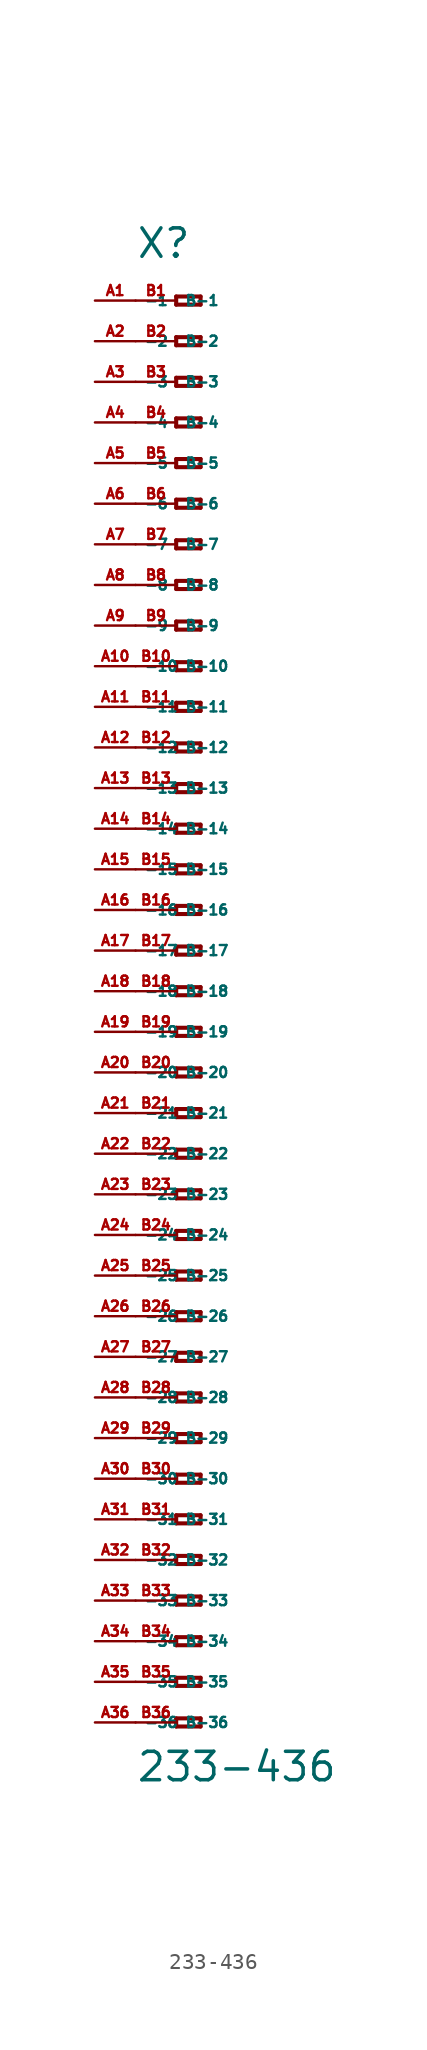
<source format=kicad_sym>
(kicad_symbol_lib
  (version 20220914)
  (generator Eagle2Kicad)
  (symbol "233-436"
    (property "Reference" "X"
      (at -5.08 45.72 0)
      (effects (font (size 1.778 1.778) (thickness 0.22)) (justify left bottom)))
    (property "Value" "233-436"
      (at -5.08 -49.53 0)
      (effects (font (size 1.778 1.778) (thickness 0.22)) (justify left bottom)))
    (polyline
      (pts (xy -2.54 43.434) (xy -2.54 42.926))
      (stroke (width 0.254) (type default))
      (fill (type none)))
    (polyline
      (pts (xy -2.54 42.926) (xy -1.016 42.926))
      (stroke (width 0.254) (type default))
      (fill (type none)))
    (polyline
      (pts (xy -1.016 42.926) (xy -1.016 43.434))
      (stroke (width 0.254) (type default))
      (fill (type none)))
    (polyline
      (pts (xy -1.016 43.434) (xy -2.54 43.434))
      (stroke (width 0.254) (type default))
      (fill (type none)))
    (polyline
      (pts (xy -2.54 40.894) (xy -2.54 40.386))
      (stroke (width 0.254) (type default))
      (fill (type none)))
    (polyline
      (pts (xy -2.54 40.386) (xy -1.016 40.386))
      (stroke (width 0.254) (type default))
      (fill (type none)))
    (polyline
      (pts (xy -1.016 40.386) (xy -1.016 40.894))
      (stroke (width 0.254) (type default))
      (fill (type none)))
    (polyline
      (pts (xy -1.016 40.894) (xy -2.54 40.894))
      (stroke (width 0.254) (type default))
      (fill (type none)))
    (polyline
      (pts (xy -2.54 38.354) (xy -2.54 37.846))
      (stroke (width 0.254) (type default))
      (fill (type none)))
    (polyline
      (pts (xy -2.54 37.846) (xy -1.016 37.846))
      (stroke (width 0.254) (type default))
      (fill (type none)))
    (polyline
      (pts (xy -1.016 37.846) (xy -1.016 38.354))
      (stroke (width 0.254) (type default))
      (fill (type none)))
    (polyline
      (pts (xy -1.016 38.354) (xy -2.54 38.354))
      (stroke (width 0.254) (type default))
      (fill (type none)))
    (polyline
      (pts (xy -2.54 35.814) (xy -2.54 35.306))
      (stroke (width 0.254) (type default))
      (fill (type none)))
    (polyline
      (pts (xy -2.54 35.306) (xy -1.016 35.306))
      (stroke (width 0.254) (type default))
      (fill (type none)))
    (polyline
      (pts (xy -1.016 35.306) (xy -1.016 35.814))
      (stroke (width 0.254) (type default))
      (fill (type none)))
    (polyline
      (pts (xy -1.016 35.814) (xy -2.54 35.814))
      (stroke (width 0.254) (type default))
      (fill (type none)))
    (polyline
      (pts (xy -2.54 33.274) (xy -2.54 32.766))
      (stroke (width 0.254) (type default))
      (fill (type none)))
    (polyline
      (pts (xy -2.54 32.766) (xy -1.016 32.766))
      (stroke (width 0.254) (type default))
      (fill (type none)))
    (polyline
      (pts (xy -1.016 32.766) (xy -1.016 33.274))
      (stroke (width 0.254) (type default))
      (fill (type none)))
    (polyline
      (pts (xy -1.016 33.274) (xy -2.54 33.274))
      (stroke (width 0.254) (type default))
      (fill (type none)))
    (polyline
      (pts (xy -2.54 30.734) (xy -2.54 30.226))
      (stroke (width 0.254) (type default))
      (fill (type none)))
    (polyline
      (pts (xy -2.54 30.226) (xy -1.016 30.226))
      (stroke (width 0.254) (type default))
      (fill (type none)))
    (polyline
      (pts (xy -1.016 30.226) (xy -1.016 30.734))
      (stroke (width 0.254) (type default))
      (fill (type none)))
    (polyline
      (pts (xy -1.016 30.734) (xy -2.54 30.734))
      (stroke (width 0.254) (type default))
      (fill (type none)))
    (polyline
      (pts (xy -2.54 28.194) (xy -2.54 27.686))
      (stroke (width 0.254) (type default))
      (fill (type none)))
    (polyline
      (pts (xy -2.54 27.686) (xy -1.016 27.686))
      (stroke (width 0.254) (type default))
      (fill (type none)))
    (polyline
      (pts (xy -1.016 27.686) (xy -1.016 28.194))
      (stroke (width 0.254) (type default))
      (fill (type none)))
    (polyline
      (pts (xy -1.016 28.194) (xy -2.54 28.194))
      (stroke (width 0.254) (type default))
      (fill (type none)))
    (polyline
      (pts (xy -2.54 25.654) (xy -2.54 25.146))
      (stroke (width 0.254) (type default))
      (fill (type none)))
    (polyline
      (pts (xy -2.54 25.146) (xy -1.016 25.146))
      (stroke (width 0.254) (type default))
      (fill (type none)))
    (polyline
      (pts (xy -1.016 25.146) (xy -1.016 25.654))
      (stroke (width 0.254) (type default))
      (fill (type none)))
    (polyline
      (pts (xy -1.016 25.654) (xy -2.54 25.654))
      (stroke (width 0.254) (type default))
      (fill (type none)))
    (polyline
      (pts (xy -2.54 23.114) (xy -2.54 22.606))
      (stroke (width 0.254) (type default))
      (fill (type none)))
    (polyline
      (pts (xy -2.54 22.606) (xy -1.016 22.606))
      (stroke (width 0.254) (type default))
      (fill (type none)))
    (polyline
      (pts (xy -1.016 22.606) (xy -1.016 23.114))
      (stroke (width 0.254) (type default))
      (fill (type none)))
    (polyline
      (pts (xy -1.016 23.114) (xy -2.54 23.114))
      (stroke (width 0.254) (type default))
      (fill (type none)))
    (polyline
      (pts (xy -2.54 20.574) (xy -2.54 20.066))
      (stroke (width 0.254) (type default))
      (fill (type none)))
    (polyline
      (pts (xy -2.54 20.066) (xy -1.016 20.066))
      (stroke (width 0.254) (type default))
      (fill (type none)))
    (polyline
      (pts (xy -1.016 20.066) (xy -1.016 20.574))
      (stroke (width 0.254) (type default))
      (fill (type none)))
    (polyline
      (pts (xy -1.016 20.574) (xy -2.54 20.574))
      (stroke (width 0.254) (type default))
      (fill (type none)))
    (polyline
      (pts (xy -2.54 18.034) (xy -2.54 17.526))
      (stroke (width 0.254) (type default))
      (fill (type none)))
    (polyline
      (pts (xy -2.54 17.526) (xy -1.016 17.526))
      (stroke (width 0.254) (type default))
      (fill (type none)))
    (polyline
      (pts (xy -1.016 17.526) (xy -1.016 18.034))
      (stroke (width 0.254) (type default))
      (fill (type none)))
    (polyline
      (pts (xy -1.016 18.034) (xy -2.54 18.034))
      (stroke (width 0.254) (type default))
      (fill (type none)))
    (polyline
      (pts (xy -2.54 15.494) (xy -2.54 14.986))
      (stroke (width 0.254) (type default))
      (fill (type none)))
    (polyline
      (pts (xy -2.54 14.986) (xy -1.016 14.986))
      (stroke (width 0.254) (type default))
      (fill (type none)))
    (polyline
      (pts (xy -1.016 14.986) (xy -1.016 15.494))
      (stroke (width 0.254) (type default))
      (fill (type none)))
    (polyline
      (pts (xy -1.016 15.494) (xy -2.54 15.494))
      (stroke (width 0.254) (type default))
      (fill (type none)))
    (polyline
      (pts (xy -2.54 12.954) (xy -2.54 12.446))
      (stroke (width 0.254) (type default))
      (fill (type none)))
    (polyline
      (pts (xy -2.54 12.446) (xy -1.016 12.446))
      (stroke (width 0.254) (type default))
      (fill (type none)))
    (polyline
      (pts (xy -1.016 12.446) (xy -1.016 12.954))
      (stroke (width 0.254) (type default))
      (fill (type none)))
    (polyline
      (pts (xy -1.016 12.954) (xy -2.54 12.954))
      (stroke (width 0.254) (type default))
      (fill (type none)))
    (polyline
      (pts (xy -2.54 10.414) (xy -2.54 9.906))
      (stroke (width 0.254) (type default))
      (fill (type none)))
    (polyline
      (pts (xy -2.54 9.906) (xy -1.016 9.906))
      (stroke (width 0.254) (type default))
      (fill (type none)))
    (polyline
      (pts (xy -1.016 9.906) (xy -1.016 10.414))
      (stroke (width 0.254) (type default))
      (fill (type none)))
    (polyline
      (pts (xy -1.016 10.414) (xy -2.54 10.414))
      (stroke (width 0.254) (type default))
      (fill (type none)))
    (polyline
      (pts (xy -2.54 7.874) (xy -2.54 7.366))
      (stroke (width 0.254) (type default))
      (fill (type none)))
    (polyline
      (pts (xy -2.54 7.366) (xy -1.016 7.366))
      (stroke (width 0.254) (type default))
      (fill (type none)))
    (polyline
      (pts (xy -1.016 7.366) (xy -1.016 7.874))
      (stroke (width 0.254) (type default))
      (fill (type none)))
    (polyline
      (pts (xy -1.016 7.874) (xy -2.54 7.874))
      (stroke (width 0.254) (type default))
      (fill (type none)))
    (polyline
      (pts (xy -2.54 5.334) (xy -2.54 4.826))
      (stroke (width 0.254) (type default))
      (fill (type none)))
    (polyline
      (pts (xy -2.54 4.826) (xy -1.016 4.826))
      (stroke (width 0.254) (type default))
      (fill (type none)))
    (polyline
      (pts (xy -1.016 4.826) (xy -1.016 5.334))
      (stroke (width 0.254) (type default))
      (fill (type none)))
    (polyline
      (pts (xy -1.016 5.334) (xy -2.54 5.334))
      (stroke (width 0.254) (type default))
      (fill (type none)))
    (polyline
      (pts (xy -2.54 2.794) (xy -2.54 2.286))
      (stroke (width 0.254) (type default))
      (fill (type none)))
    (polyline
      (pts (xy -2.54 2.286) (xy -1.016 2.286))
      (stroke (width 0.254) (type default))
      (fill (type none)))
    (polyline
      (pts (xy -1.016 2.286) (xy -1.016 2.794))
      (stroke (width 0.254) (type default))
      (fill (type none)))
    (polyline
      (pts (xy -1.016 2.794) (xy -2.54 2.794))
      (stroke (width 0.254) (type default))
      (fill (type none)))
    (polyline
      (pts (xy -2.54 0.254) (xy -2.54 -0.254))
      (stroke (width 0.254) (type default))
      (fill (type none)))
    (polyline
      (pts (xy -2.54 -0.254) (xy -1.016 -0.254))
      (stroke (width 0.254) (type default))
      (fill (type none)))
    (polyline
      (pts (xy -1.016 -0.254) (xy -1.016 0.254))
      (stroke (width 0.254) (type default))
      (fill (type none)))
    (polyline
      (pts (xy -1.016 0.254) (xy -2.54 0.254))
      (stroke (width 0.254) (type default))
      (fill (type none)))
    (polyline
      (pts (xy -2.54 -2.286) (xy -2.54 -2.794))
      (stroke (width 0.254) (type default))
      (fill (type none)))
    (polyline
      (pts (xy -2.54 -2.794) (xy -1.016 -2.794))
      (stroke (width 0.254) (type default))
      (fill (type none)))
    (polyline
      (pts (xy -1.016 -2.794) (xy -1.016 -2.286))
      (stroke (width 0.254) (type default))
      (fill (type none)))
    (polyline
      (pts (xy -1.016 -2.286) (xy -2.54 -2.286))
      (stroke (width 0.254) (type default))
      (fill (type none)))
    (polyline
      (pts (xy -2.54 -4.826) (xy -2.54 -5.334))
      (stroke (width 0.254) (type default))
      (fill (type none)))
    (polyline
      (pts (xy -2.54 -5.334) (xy -1.016 -5.334))
      (stroke (width 0.254) (type default))
      (fill (type none)))
    (polyline
      (pts (xy -1.016 -5.334) (xy -1.016 -4.826))
      (stroke (width 0.254) (type default))
      (fill (type none)))
    (polyline
      (pts (xy -1.016 -4.826) (xy -2.54 -4.826))
      (stroke (width 0.254) (type default))
      (fill (type none)))
    (polyline
      (pts (xy -2.54 -7.366) (xy -2.54 -7.874))
      (stroke (width 0.254) (type default))
      (fill (type none)))
    (polyline
      (pts (xy -2.54 -7.874) (xy -1.016 -7.874))
      (stroke (width 0.254) (type default))
      (fill (type none)))
    (polyline
      (pts (xy -1.016 -7.874) (xy -1.016 -7.366))
      (stroke (width 0.254) (type default))
      (fill (type none)))
    (polyline
      (pts (xy -1.016 -7.366) (xy -2.54 -7.366))
      (stroke (width 0.254) (type default))
      (fill (type none)))
    (polyline
      (pts (xy -2.54 -9.906) (xy -2.54 -10.414))
      (stroke (width 0.254) (type default))
      (fill (type none)))
    (polyline
      (pts (xy -2.54 -10.414) (xy -1.016 -10.414))
      (stroke (width 0.254) (type default))
      (fill (type none)))
    (polyline
      (pts (xy -1.016 -10.414) (xy -1.016 -9.906))
      (stroke (width 0.254) (type default))
      (fill (type none)))
    (polyline
      (pts (xy -1.016 -9.906) (xy -2.54 -9.906))
      (stroke (width 0.254) (type default))
      (fill (type none)))
    (polyline
      (pts (xy -2.54 -12.446) (xy -2.54 -12.954))
      (stroke (width 0.254) (type default))
      (fill (type none)))
    (polyline
      (pts (xy -2.54 -12.954) (xy -1.016 -12.954))
      (stroke (width 0.254) (type default))
      (fill (type none)))
    (polyline
      (pts (xy -1.016 -12.954) (xy -1.016 -12.446))
      (stroke (width 0.254) (type default))
      (fill (type none)))
    (polyline
      (pts (xy -1.016 -12.446) (xy -2.54 -12.446))
      (stroke (width 0.254) (type default))
      (fill (type none)))
    (polyline
      (pts (xy -2.54 -14.986) (xy -2.54 -15.494))
      (stroke (width 0.254) (type default))
      (fill (type none)))
    (polyline
      (pts (xy -2.54 -15.494) (xy -1.016 -15.494))
      (stroke (width 0.254) (type default))
      (fill (type none)))
    (polyline
      (pts (xy -1.016 -15.494) (xy -1.016 -14.986))
      (stroke (width 0.254) (type default))
      (fill (type none)))
    (polyline
      (pts (xy -1.016 -14.986) (xy -2.54 -14.986))
      (stroke (width 0.254) (type default))
      (fill (type none)))
    (polyline
      (pts (xy -2.54 -17.526) (xy -2.54 -18.034))
      (stroke (width 0.254) (type default))
      (fill (type none)))
    (polyline
      (pts (xy -2.54 -18.034) (xy -1.016 -18.034))
      (stroke (width 0.254) (type default))
      (fill (type none)))
    (polyline
      (pts (xy -1.016 -18.034) (xy -1.016 -17.526))
      (stroke (width 0.254) (type default))
      (fill (type none)))
    (polyline
      (pts (xy -1.016 -17.526) (xy -2.54 -17.526))
      (stroke (width 0.254) (type default))
      (fill (type none)))
    (polyline
      (pts (xy -2.54 -20.066) (xy -2.54 -20.574))
      (stroke (width 0.254) (type default))
      (fill (type none)))
    (polyline
      (pts (xy -2.54 -20.574) (xy -1.016 -20.574))
      (stroke (width 0.254) (type default))
      (fill (type none)))
    (polyline
      (pts (xy -1.016 -20.574) (xy -1.016 -20.066))
      (stroke (width 0.254) (type default))
      (fill (type none)))
    (polyline
      (pts (xy -1.016 -20.066) (xy -2.54 -20.066))
      (stroke (width 0.254) (type default))
      (fill (type none)))
    (polyline
      (pts (xy -2.54 -22.606) (xy -2.54 -23.114))
      (stroke (width 0.254) (type default))
      (fill (type none)))
    (polyline
      (pts (xy -2.54 -23.114) (xy -1.016 -23.114))
      (stroke (width 0.254) (type default))
      (fill (type none)))
    (polyline
      (pts (xy -1.016 -23.114) (xy -1.016 -22.606))
      (stroke (width 0.254) (type default))
      (fill (type none)))
    (polyline
      (pts (xy -1.016 -22.606) (xy -2.54 -22.606))
      (stroke (width 0.254) (type default))
      (fill (type none)))
    (polyline
      (pts (xy -2.54 -25.146) (xy -2.54 -25.654))
      (stroke (width 0.254) (type default))
      (fill (type none)))
    (polyline
      (pts (xy -2.54 -25.654) (xy -1.016 -25.654))
      (stroke (width 0.254) (type default))
      (fill (type none)))
    (polyline
      (pts (xy -1.016 -25.654) (xy -1.016 -25.146))
      (stroke (width 0.254) (type default))
      (fill (type none)))
    (polyline
      (pts (xy -1.016 -25.146) (xy -2.54 -25.146))
      (stroke (width 0.254) (type default))
      (fill (type none)))
    (polyline
      (pts (xy -2.54 -27.686) (xy -2.54 -28.194))
      (stroke (width 0.254) (type default))
      (fill (type none)))
    (polyline
      (pts (xy -2.54 -28.194) (xy -1.016 -28.194))
      (stroke (width 0.254) (type default))
      (fill (type none)))
    (polyline
      (pts (xy -1.016 -28.194) (xy -1.016 -27.686))
      (stroke (width 0.254) (type default))
      (fill (type none)))
    (polyline
      (pts (xy -1.016 -27.686) (xy -2.54 -27.686))
      (stroke (width 0.254) (type default))
      (fill (type none)))
    (polyline
      (pts (xy -2.54 -30.226) (xy -2.54 -30.734))
      (stroke (width 0.254) (type default))
      (fill (type none)))
    (polyline
      (pts (xy -2.54 -30.734) (xy -1.016 -30.734))
      (stroke (width 0.254) (type default))
      (fill (type none)))
    (polyline
      (pts (xy -1.016 -30.734) (xy -1.016 -30.226))
      (stroke (width 0.254) (type default))
      (fill (type none)))
    (polyline
      (pts (xy -1.016 -30.226) (xy -2.54 -30.226))
      (stroke (width 0.254) (type default))
      (fill (type none)))
    (polyline
      (pts (xy -2.54 -32.766) (xy -2.54 -33.274))
      (stroke (width 0.254) (type default))
      (fill (type none)))
    (polyline
      (pts (xy -2.54 -33.274) (xy -1.016 -33.274))
      (stroke (width 0.254) (type default))
      (fill (type none)))
    (polyline
      (pts (xy -1.016 -33.274) (xy -1.016 -32.766))
      (stroke (width 0.254) (type default))
      (fill (type none)))
    (polyline
      (pts (xy -1.016 -32.766) (xy -2.54 -32.766))
      (stroke (width 0.254) (type default))
      (fill (type none)))
    (polyline
      (pts (xy -2.54 -35.306) (xy -2.54 -35.814))
      (stroke (width 0.254) (type default))
      (fill (type none)))
    (polyline
      (pts (xy -2.54 -35.814) (xy -1.016 -35.814))
      (stroke (width 0.254) (type default))
      (fill (type none)))
    (polyline
      (pts (xy -1.016 -35.814) (xy -1.016 -35.306))
      (stroke (width 0.254) (type default))
      (fill (type none)))
    (polyline
      (pts (xy -1.016 -35.306) (xy -2.54 -35.306))
      (stroke (width 0.254) (type default))
      (fill (type none)))
    (polyline
      (pts (xy -2.54 -37.846) (xy -2.54 -38.354))
      (stroke (width 0.254) (type default))
      (fill (type none)))
    (polyline
      (pts (xy -2.54 -38.354) (xy -1.016 -38.354))
      (stroke (width 0.254) (type default))
      (fill (type none)))
    (polyline
      (pts (xy -1.016 -38.354) (xy -1.016 -37.846))
      (stroke (width 0.254) (type default))
      (fill (type none)))
    (polyline
      (pts (xy -1.016 -37.846) (xy -2.54 -37.846))
      (stroke (width 0.254) (type default))
      (fill (type none)))
    (polyline
      (pts (xy -2.54 -40.386) (xy -2.54 -40.894))
      (stroke (width 0.254) (type default))
      (fill (type none)))
    (polyline
      (pts (xy -2.54 -40.894) (xy -1.016 -40.894))
      (stroke (width 0.254) (type default))
      (fill (type none)))
    (polyline
      (pts (xy -1.016 -40.894) (xy -1.016 -40.386))
      (stroke (width 0.254) (type default))
      (fill (type none)))
    (polyline
      (pts (xy -1.016 -40.386) (xy -2.54 -40.386))
      (stroke (width 0.254) (type default))
      (fill (type none)))
    (polyline
      (pts (xy -2.54 -42.926) (xy -2.54 -43.434))
      (stroke (width 0.254) (type default))
      (fill (type none)))
    (polyline
      (pts (xy -2.54 -43.434) (xy -1.016 -43.434))
      (stroke (width 0.254) (type default))
      (fill (type none)))
    (polyline
      (pts (xy -1.016 -43.434) (xy -1.016 -42.926))
      (stroke (width 0.254) (type default))
      (fill (type none)))
    (polyline
      (pts (xy -1.016 -42.926) (xy -2.54 -42.926))
      (stroke (width 0.254) (type default))
      (fill (type none)))
    (polyline
      (pts (xy -2.54 -45.466) (xy -2.54 -45.974))
      (stroke (width 0.254) (type default))
      (fill (type none)))
    (polyline
      (pts (xy -2.54 -45.974) (xy -1.016 -45.974))
      (stroke (width 0.254) (type default))
      (fill (type none)))
    (polyline
      (pts (xy -1.016 -45.974) (xy -1.016 -45.466))
      (stroke (width 0.254) (type default))
      (fill (type none)))
    (polyline
      (pts (xy -1.016 -45.466) (xy -2.54 -45.466))
      (stroke (width 0.254) (type default))
      (fill (type none)))
    (pin passive line
      (at -7.62 43.18 0)
      (length 2.54)
      (name "-1" (effects (font (size 0.635 0.635) (thickness 0.08)) (justify left bottom)))
      (number "A1" (effects (font (size 0.635 0.635) (thickness 0.08)) (justify left bottom))))
    (pin passive line
      (at -7.62 40.64 0)
      (length 2.54)
      (name "-2" (effects (font (size 0.635 0.635) (thickness 0.08)) (justify left bottom)))
      (number "A2" (effects (font (size 0.635 0.635) (thickness 0.08)) (justify left bottom))))
    (pin passive line
      (at -7.62 38.1 0)
      (length 2.54)
      (name "-3" (effects (font (size 0.635 0.635) (thickness 0.08)) (justify left bottom)))
      (number "A3" (effects (font (size 0.635 0.635) (thickness 0.08)) (justify left bottom))))
    (pin passive line
      (at -7.62 35.56 0)
      (length 2.54)
      (name "-4" (effects (font (size 0.635 0.635) (thickness 0.08)) (justify left bottom)))
      (number "A4" (effects (font (size 0.635 0.635) (thickness 0.08)) (justify left bottom))))
    (pin passive line
      (at -7.62 33.02 0)
      (length 2.54)
      (name "-5" (effects (font (size 0.635 0.635) (thickness 0.08)) (justify left bottom)))
      (number "A5" (effects (font (size 0.635 0.635) (thickness 0.08)) (justify left bottom))))
    (pin passive line
      (at -7.62 30.48 0)
      (length 2.54)
      (name "-6" (effects (font (size 0.635 0.635) (thickness 0.08)) (justify left bottom)))
      (number "A6" (effects (font (size 0.635 0.635) (thickness 0.08)) (justify left bottom))))
    (pin passive line
      (at -7.62 27.94 0)
      (length 2.54)
      (name "-7" (effects (font (size 0.635 0.635) (thickness 0.08)) (justify left bottom)))
      (number "A7" (effects (font (size 0.635 0.635) (thickness 0.08)) (justify left bottom))))
    (pin passive line
      (at -7.62 25.4 0)
      (length 2.54)
      (name "-8" (effects (font (size 0.635 0.635) (thickness 0.08)) (justify left bottom)))
      (number "A8" (effects (font (size 0.635 0.635) (thickness 0.08)) (justify left bottom))))
    (pin passive line
      (at -7.62 22.86 0)
      (length 2.54)
      (name "-9" (effects (font (size 0.635 0.635) (thickness 0.08)) (justify left bottom)))
      (number "A9" (effects (font (size 0.635 0.635) (thickness 0.08)) (justify left bottom))))
    (pin passive line
      (at -7.62 20.32 0)
      (length 2.54)
      (name "-10" (effects (font (size 0.635 0.635) (thickness 0.08)) (justify left bottom)))
      (number "A10" (effects (font (size 0.635 0.635) (thickness 0.08)) (justify left bottom))))
    (pin passive line
      (at -7.62 17.78 0)
      (length 2.54)
      (name "-11" (effects (font (size 0.635 0.635) (thickness 0.08)) (justify left bottom)))
      (number "A11" (effects (font (size 0.635 0.635) (thickness 0.08)) (justify left bottom))))
    (pin passive line
      (at -7.62 15.24 0)
      (length 2.54)
      (name "-12" (effects (font (size 0.635 0.635) (thickness 0.08)) (justify left bottom)))
      (number "A12" (effects (font (size 0.635 0.635) (thickness 0.08)) (justify left bottom))))
    (pin passive line
      (at -7.62 12.7 0)
      (length 2.54)
      (name "-13" (effects (font (size 0.635 0.635) (thickness 0.08)) (justify left bottom)))
      (number "A13" (effects (font (size 0.635 0.635) (thickness 0.08)) (justify left bottom))))
    (pin passive line
      (at -7.62 10.16 0)
      (length 2.54)
      (name "-14" (effects (font (size 0.635 0.635) (thickness 0.08)) (justify left bottom)))
      (number "A14" (effects (font (size 0.635 0.635) (thickness 0.08)) (justify left bottom))))
    (pin passive line
      (at -7.62 7.62 0)
      (length 2.54)
      (name "-15" (effects (font (size 0.635 0.635) (thickness 0.08)) (justify left bottom)))
      (number "A15" (effects (font (size 0.635 0.635) (thickness 0.08)) (justify left bottom))))
    (pin passive line
      (at -7.62 5.08 0)
      (length 2.54)
      (name "-16" (effects (font (size 0.635 0.635) (thickness 0.08)) (justify left bottom)))
      (number "A16" (effects (font (size 0.635 0.635) (thickness 0.08)) (justify left bottom))))
    (pin passive line
      (at -7.62 2.54 0)
      (length 2.54)
      (name "-17" (effects (font (size 0.635 0.635) (thickness 0.08)) (justify left bottom)))
      (number "A17" (effects (font (size 0.635 0.635) (thickness 0.08)) (justify left bottom))))
    (pin passive line
      (at -7.62 0 0)
      (length 2.54)
      (name "-18" (effects (font (size 0.635 0.635) (thickness 0.08)) (justify left bottom)))
      (number "A18" (effects (font (size 0.635 0.635) (thickness 0.08)) (justify left bottom))))
    (pin passive line
      (at -7.62 -2.54 0)
      (length 2.54)
      (name "-19" (effects (font (size 0.635 0.635) (thickness 0.08)) (justify left bottom)))
      (number "A19" (effects (font (size 0.635 0.635) (thickness 0.08)) (justify left bottom))))
    (pin passive line
      (at -7.62 -5.08 0)
      (length 2.54)
      (name "-20" (effects (font (size 0.635 0.635) (thickness 0.08)) (justify left bottom)))
      (number "A20" (effects (font (size 0.635 0.635) (thickness 0.08)) (justify left bottom))))
    (pin passive line
      (at -7.62 -7.62 0)
      (length 2.54)
      (name "-21" (effects (font (size 0.635 0.635) (thickness 0.08)) (justify left bottom)))
      (number "A21" (effects (font (size 0.635 0.635) (thickness 0.08)) (justify left bottom))))
    (pin passive line
      (at -7.62 -10.16 0)
      (length 2.54)
      (name "-22" (effects (font (size 0.635 0.635) (thickness 0.08)) (justify left bottom)))
      (number "A22" (effects (font (size 0.635 0.635) (thickness 0.08)) (justify left bottom))))
    (pin passive line
      (at -7.62 -12.7 0)
      (length 2.54)
      (name "-23" (effects (font (size 0.635 0.635) (thickness 0.08)) (justify left bottom)))
      (number "A23" (effects (font (size 0.635 0.635) (thickness 0.08)) (justify left bottom))))
    (pin passive line
      (at -7.62 -15.24 0)
      (length 2.54)
      (name "-24" (effects (font (size 0.635 0.635) (thickness 0.08)) (justify left bottom)))
      (number "A24" (effects (font (size 0.635 0.635) (thickness 0.08)) (justify left bottom))))
    (pin passive line
      (at -7.62 -17.78 0)
      (length 2.54)
      (name "-25" (effects (font (size 0.635 0.635) (thickness 0.08)) (justify left bottom)))
      (number "A25" (effects (font (size 0.635 0.635) (thickness 0.08)) (justify left bottom))))
    (pin passive line
      (at -7.62 -20.32 0)
      (length 2.54)
      (name "-26" (effects (font (size 0.635 0.635) (thickness 0.08)) (justify left bottom)))
      (number "A26" (effects (font (size 0.635 0.635) (thickness 0.08)) (justify left bottom))))
    (pin passive line
      (at -7.62 -22.86 0)
      (length 2.54)
      (name "-27" (effects (font (size 0.635 0.635) (thickness 0.08)) (justify left bottom)))
      (number "A27" (effects (font (size 0.635 0.635) (thickness 0.08)) (justify left bottom))))
    (pin passive line
      (at -7.62 -25.4 0)
      (length 2.54)
      (name "-28" (effects (font (size 0.635 0.635) (thickness 0.08)) (justify left bottom)))
      (number "A28" (effects (font (size 0.635 0.635) (thickness 0.08)) (justify left bottom))))
    (pin passive line
      (at -7.62 -27.94 0)
      (length 2.54)
      (name "-29" (effects (font (size 0.635 0.635) (thickness 0.08)) (justify left bottom)))
      (number "A29" (effects (font (size 0.635 0.635) (thickness 0.08)) (justify left bottom))))
    (pin passive line
      (at -7.62 -30.48 0)
      (length 2.54)
      (name "-30" (effects (font (size 0.635 0.635) (thickness 0.08)) (justify left bottom)))
      (number "A30" (effects (font (size 0.635 0.635) (thickness 0.08)) (justify left bottom))))
    (pin passive line
      (at -7.62 -33.02 0)
      (length 2.54)
      (name "-31" (effects (font (size 0.635 0.635) (thickness 0.08)) (justify left bottom)))
      (number "A31" (effects (font (size 0.635 0.635) (thickness 0.08)) (justify left bottom))))
    (pin passive line
      (at -7.62 -35.56 0)
      (length 2.54)
      (name "-32" (effects (font (size 0.635 0.635) (thickness 0.08)) (justify left bottom)))
      (number "A32" (effects (font (size 0.635 0.635) (thickness 0.08)) (justify left bottom))))
    (pin passive line
      (at -7.62 -38.1 0)
      (length 2.54)
      (name "-33" (effects (font (size 0.635 0.635) (thickness 0.08)) (justify left bottom)))
      (number "A33" (effects (font (size 0.635 0.635) (thickness 0.08)) (justify left bottom))))
    (pin passive line
      (at -7.62 -40.64 0)
      (length 2.54)
      (name "-34" (effects (font (size 0.635 0.635) (thickness 0.08)) (justify left bottom)))
      (number "A34" (effects (font (size 0.635 0.635) (thickness 0.08)) (justify left bottom))))
    (pin passive line
      (at -7.62 -43.18 0)
      (length 2.54)
      (name "-35" (effects (font (size 0.635 0.635) (thickness 0.08)) (justify left bottom)))
      (number "A35" (effects (font (size 0.635 0.635) (thickness 0.08)) (justify left bottom))))
    (pin passive line
      (at -7.62 -45.72 0)
      (length 2.54)
      (name "-36" (effects (font (size 0.635 0.635) (thickness 0.08)) (justify left bottom)))
      (number "A36" (effects (font (size 0.635 0.635) (thickness 0.08)) (justify left bottom))))
    (pin passive line
      (at -5.08 -45.72 0)
      (length 2.54)
      (name "B-36" (effects (font (size 0.635 0.635) (thickness 0.08)) (justify left bottom)))
      (number "B36" (effects (font (size 0.635 0.635) (thickness 0.08)) (justify left bottom))))
    (pin passive line
      (at -5.08 43.18 0)
      (length 2.54)
      (name "B-1" (effects (font (size 0.635 0.635) (thickness 0.08)) (justify left bottom)))
      (number "B1" (effects (font (size 0.635 0.635) (thickness 0.08)) (justify left bottom))))
    (pin passive line
      (at -5.08 40.64 0)
      (length 2.54)
      (name "B-2" (effects (font (size 0.635 0.635) (thickness 0.08)) (justify left bottom)))
      (number "B2" (effects (font (size 0.635 0.635) (thickness 0.08)) (justify left bottom))))
    (pin passive line
      (at -5.08 38.1 0)
      (length 2.54)
      (name "B-3" (effects (font (size 0.635 0.635) (thickness 0.08)) (justify left bottom)))
      (number "B3" (effects (font (size 0.635 0.635) (thickness 0.08)) (justify left bottom))))
    (pin passive line
      (at -5.08 35.56 0)
      (length 2.54)
      (name "B-4" (effects (font (size 0.635 0.635) (thickness 0.08)) (justify left bottom)))
      (number "B4" (effects (font (size 0.635 0.635) (thickness 0.08)) (justify left bottom))))
    (pin passive line
      (at -5.08 33.02 0)
      (length 2.54)
      (name "B-5" (effects (font (size 0.635 0.635) (thickness 0.08)) (justify left bottom)))
      (number "B5" (effects (font (size 0.635 0.635) (thickness 0.08)) (justify left bottom))))
    (pin passive line
      (at -5.08 30.48 0)
      (length 2.54)
      (name "B-6" (effects (font (size 0.635 0.635) (thickness 0.08)) (justify left bottom)))
      (number "B6" (effects (font (size 0.635 0.635) (thickness 0.08)) (justify left bottom))))
    (pin passive line
      (at -5.08 27.94 0)
      (length 2.54)
      (name "B-7" (effects (font (size 0.635 0.635) (thickness 0.08)) (justify left bottom)))
      (number "B7" (effects (font (size 0.635 0.635) (thickness 0.08)) (justify left bottom))))
    (pin passive line
      (at -5.08 25.4 0)
      (length 2.54)
      (name "B-8" (effects (font (size 0.635 0.635) (thickness 0.08)) (justify left bottom)))
      (number "B8" (effects (font (size 0.635 0.635) (thickness 0.08)) (justify left bottom))))
    (pin passive line
      (at -5.08 22.86 0)
      (length 2.54)
      (name "B-9" (effects (font (size 0.635 0.635) (thickness 0.08)) (justify left bottom)))
      (number "B9" (effects (font (size 0.635 0.635) (thickness 0.08)) (justify left bottom))))
    (pin passive line
      (at -5.08 20.32 0)
      (length 2.54)
      (name "B-10" (effects (font (size 0.635 0.635) (thickness 0.08)) (justify left bottom)))
      (number "B10" (effects (font (size 0.635 0.635) (thickness 0.08)) (justify left bottom))))
    (pin passive line
      (at -5.08 17.78 0)
      (length 2.54)
      (name "B-11" (effects (font (size 0.635 0.635) (thickness 0.08)) (justify left bottom)))
      (number "B11" (effects (font (size 0.635 0.635) (thickness 0.08)) (justify left bottom))))
    (pin passive line
      (at -5.08 15.24 0)
      (length 2.54)
      (name "B-12" (effects (font (size 0.635 0.635) (thickness 0.08)) (justify left bottom)))
      (number "B12" (effects (font (size 0.635 0.635) (thickness 0.08)) (justify left bottom))))
    (pin passive line
      (at -5.08 12.7 0)
      (length 2.54)
      (name "B-13" (effects (font (size 0.635 0.635) (thickness 0.08)) (justify left bottom)))
      (number "B13" (effects (font (size 0.635 0.635) (thickness 0.08)) (justify left bottom))))
    (pin passive line
      (at -5.08 10.16 0)
      (length 2.54)
      (name "B-14" (effects (font (size 0.635 0.635) (thickness 0.08)) (justify left bottom)))
      (number "B14" (effects (font (size 0.635 0.635) (thickness 0.08)) (justify left bottom))))
    (pin passive line
      (at -5.08 7.62 0)
      (length 2.54)
      (name "B-15" (effects (font (size 0.635 0.635) (thickness 0.08)) (justify left bottom)))
      (number "B15" (effects (font (size 0.635 0.635) (thickness 0.08)) (justify left bottom))))
    (pin passive line
      (at -5.08 5.08 0)
      (length 2.54)
      (name "B-16" (effects (font (size 0.635 0.635) (thickness 0.08)) (justify left bottom)))
      (number "B16" (effects (font (size 0.635 0.635) (thickness 0.08)) (justify left bottom))))
    (pin passive line
      (at -5.08 2.54 0)
      (length 2.54)
      (name "B-17" (effects (font (size 0.635 0.635) (thickness 0.08)) (justify left bottom)))
      (number "B17" (effects (font (size 0.635 0.635) (thickness 0.08)) (justify left bottom))))
    (pin passive line
      (at -5.08 0 0)
      (length 2.54)
      (name "B-18" (effects (font (size 0.635 0.635) (thickness 0.08)) (justify left bottom)))
      (number "B18" (effects (font (size 0.635 0.635) (thickness 0.08)) (justify left bottom))))
    (pin passive line
      (at -5.08 -2.54 0)
      (length 2.54)
      (name "B-19" (effects (font (size 0.635 0.635) (thickness 0.08)) (justify left bottom)))
      (number "B19" (effects (font (size 0.635 0.635) (thickness 0.08)) (justify left bottom))))
    (pin passive line
      (at -5.08 -5.08 0)
      (length 2.54)
      (name "B-20" (effects (font (size 0.635 0.635) (thickness 0.08)) (justify left bottom)))
      (number "B20" (effects (font (size 0.635 0.635) (thickness 0.08)) (justify left bottom))))
    (pin passive line
      (at -5.08 -7.62 0)
      (length 2.54)
      (name "B-21" (effects (font (size 0.635 0.635) (thickness 0.08)) (justify left bottom)))
      (number "B21" (effects (font (size 0.635 0.635) (thickness 0.08)) (justify left bottom))))
    (pin passive line
      (at -5.08 -10.16 0)
      (length 2.54)
      (name "B-22" (effects (font (size 0.635 0.635) (thickness 0.08)) (justify left bottom)))
      (number "B22" (effects (font (size 0.635 0.635) (thickness 0.08)) (justify left bottom))))
    (pin passive line
      (at -5.08 -12.7 0)
      (length 2.54)
      (name "B-23" (effects (font (size 0.635 0.635) (thickness 0.08)) (justify left bottom)))
      (number "B23" (effects (font (size 0.635 0.635) (thickness 0.08)) (justify left bottom))))
    (pin passive line
      (at -5.08 -15.24 0)
      (length 2.54)
      (name "B-24" (effects (font (size 0.635 0.635) (thickness 0.08)) (justify left bottom)))
      (number "B24" (effects (font (size 0.635 0.635) (thickness 0.08)) (justify left bottom))))
    (pin passive line
      (at -5.08 -17.78 0)
      (length 2.54)
      (name "B-25" (effects (font (size 0.635 0.635) (thickness 0.08)) (justify left bottom)))
      (number "B25" (effects (font (size 0.635 0.635) (thickness 0.08)) (justify left bottom))))
    (pin passive line
      (at -5.08 -20.32 0)
      (length 2.54)
      (name "B-26" (effects (font (size 0.635 0.635) (thickness 0.08)) (justify left bottom)))
      (number "B26" (effects (font (size 0.635 0.635) (thickness 0.08)) (justify left bottom))))
    (pin passive line
      (at -5.08 -22.86 0)
      (length 2.54)
      (name "B-27" (effects (font (size 0.635 0.635) (thickness 0.08)) (justify left bottom)))
      (number "B27" (effects (font (size 0.635 0.635) (thickness 0.08)) (justify left bottom))))
    (pin passive line
      (at -5.08 -25.4 0)
      (length 2.54)
      (name "B-28" (effects (font (size 0.635 0.635) (thickness 0.08)) (justify left bottom)))
      (number "B28" (effects (font (size 0.635 0.635) (thickness 0.08)) (justify left bottom))))
    (pin passive line
      (at -5.08 -27.94 0)
      (length 2.54)
      (name "B-29" (effects (font (size 0.635 0.635) (thickness 0.08)) (justify left bottom)))
      (number "B29" (effects (font (size 0.635 0.635) (thickness 0.08)) (justify left bottom))))
    (pin passive line
      (at -5.08 -30.48 0)
      (length 2.54)
      (name "B-30" (effects (font (size 0.635 0.635) (thickness 0.08)) (justify left bottom)))
      (number "B30" (effects (font (size 0.635 0.635) (thickness 0.08)) (justify left bottom))))
    (pin passive line
      (at -5.08 -33.02 0)
      (length 2.54)
      (name "B-31" (effects (font (size 0.635 0.635) (thickness 0.08)) (justify left bottom)))
      (number "B31" (effects (font (size 0.635 0.635) (thickness 0.08)) (justify left bottom))))
    (pin passive line
      (at -5.08 -35.56 0)
      (length 2.54)
      (name "B-32" (effects (font (size 0.635 0.635) (thickness 0.08)) (justify left bottom)))
      (number "B32" (effects (font (size 0.635 0.635) (thickness 0.08)) (justify left bottom))))
    (pin passive line
      (at -5.08 -38.1 0)
      (length 2.54)
      (name "B-33" (effects (font (size 0.635 0.635) (thickness 0.08)) (justify left bottom)))
      (number "B33" (effects (font (size 0.635 0.635) (thickness 0.08)) (justify left bottom))))
    (pin passive line
      (at -5.08 -40.64 0)
      (length 2.54)
      (name "B-34" (effects (font (size 0.635 0.635) (thickness 0.08)) (justify left bottom)))
      (number "B34" (effects (font (size 0.635 0.635) (thickness 0.08)) (justify left bottom))))
    (pin passive line
      (at -5.08 -43.18 0)
      (length 2.54)
      (name "B-35" (effects (font (size 0.635 0.635) (thickness 0.08)) (justify left bottom)))
      (number "B35" (effects (font (size 0.635 0.635) (thickness 0.08)) (justify left bottom))))))
</source>
